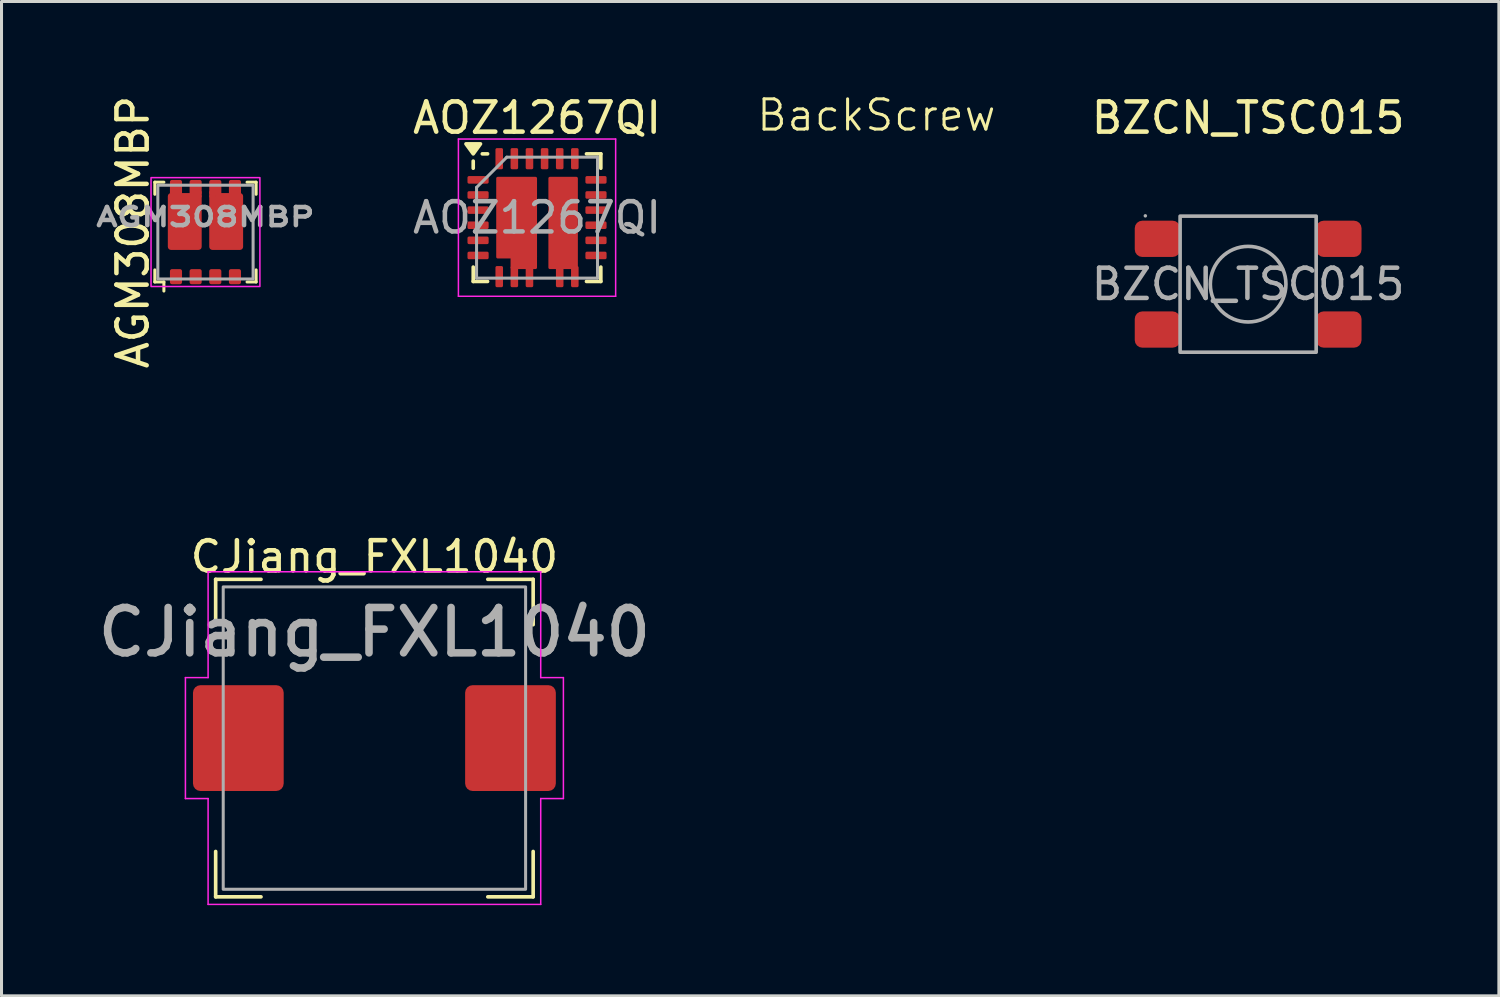
<source format=kicad_pcb>
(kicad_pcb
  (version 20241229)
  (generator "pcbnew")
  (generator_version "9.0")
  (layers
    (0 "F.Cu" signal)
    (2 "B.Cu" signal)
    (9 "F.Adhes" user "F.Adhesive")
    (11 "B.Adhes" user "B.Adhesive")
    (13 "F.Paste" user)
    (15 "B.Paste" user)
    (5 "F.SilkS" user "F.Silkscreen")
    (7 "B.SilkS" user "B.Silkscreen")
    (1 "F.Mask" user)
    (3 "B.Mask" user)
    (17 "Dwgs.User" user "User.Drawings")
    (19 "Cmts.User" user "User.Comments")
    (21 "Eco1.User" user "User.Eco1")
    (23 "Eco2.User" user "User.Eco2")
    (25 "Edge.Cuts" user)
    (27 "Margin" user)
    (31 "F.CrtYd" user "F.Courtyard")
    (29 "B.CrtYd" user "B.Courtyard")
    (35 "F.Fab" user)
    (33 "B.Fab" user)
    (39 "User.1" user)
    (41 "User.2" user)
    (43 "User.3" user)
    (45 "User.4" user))
  (footprint "BackScrew"
    (layer "F.Cu")
    (at 25.933 8.511)
    (property "Reference" "BackScrew" (at 0 -7.75 0) (unlocked yes) (layer "F.SilkS") (effects (font (size 1 1) (thickness 0.1))))
    (fp_arc (start 0 2.25) (mid -2.25 0) (end 0 -2.25) (stroke (width 1.5) (type default)) (layer "F.Mask"))
    (fp_arc (start 0 2.25) (mid -2.25 0) (end 0 -2.25) (stroke (width 1.5) (type default)) (layer "B.Mask"))
    (fp_arc (start 0 2.25) (mid -2.25 0) (end 0 -2.25) (stroke (width 1.5) (type default)) (layer "Margin")))
  (footprint "CJiang_FXL1040"
    (layer "F.Cu")
    (at 9.332 21.359)
    (property "Reference" "CJiang_FXL1040" (at 0 -6 0) (unlocked yes) (layer "F.SilkS") (effects (font (size 1 1) (thickness 0.15))))
    (attr smd)
    (fp_line (start -5.25 -5.25) (end -5.25 -3.75) (stroke (width 0.12) (type default)) (layer "F.SilkS"))
    (fp_line (start -5.25 -5.25) (end -3.75 -5.25) (stroke (width 0.12) (type default)) (layer "F.SilkS"))
    (fp_line (start -5.25 5.25) (end -5.25 3.75) (stroke (width 0.12) (type default)) (layer "F.SilkS"))
    (fp_line (start -5.25 5.25) (end -3.75 5.25) (stroke (width 0.12) (type default)) (layer "F.SilkS"))
    (fp_line (start 5.25 -5.25) (end 3.75 -5.25) (stroke (width 0.12) (type default)) (layer "F.SilkS"))
    (fp_line (start 5.25 -5.25) (end 5.25 -3.75) (stroke (width 0.12) (type default)) (layer "F.SilkS"))
    (fp_line (start 5.25 5.25) (end 3.75 5.25) (stroke (width 0.12) (type default)) (layer "F.SilkS"))
    (fp_line (start 5.25 5.25) (end 5.25 3.75) (stroke (width 0.12) (type default)) (layer "F.SilkS"))
    (fp_line (start -6.25 -2) (end -5.5 -2) (stroke (width 0.05) (type default)) (layer "F.CrtYd"))
    (fp_line (start -6.25 2) (end -6.25 -2) (stroke (width 0.05) (type default)) (layer "F.CrtYd"))
    (fp_line (start -5.5 -5.5) (end 5.5 -5.5) (stroke (width 0.05) (type default)) (layer "F.CrtYd"))
    (fp_line (start -5.5 -2) (end -5.5 -5.5) (stroke (width 0.05) (type default)) (layer "F.CrtYd"))
    (fp_line (start -5.5 2) (end -6.25 2) (stroke (width 0.05) (type default)) (layer "F.CrtYd"))
    (fp_line (start -5.5 5.5) (end -5.5 2) (stroke (width 0.05) (type default)) (layer "F.CrtYd"))
    (fp_line (start 5.5 -5.5) (end 5.5 -2) (stroke (width 0.05) (type default)) (layer "F.CrtYd"))
    (fp_line (start 5.5 -2) (end 6.25 -2) (stroke (width 0.05) (type default)) (layer "F.CrtYd"))
    (fp_line (start 5.5 2) (end 5.5 5.5) (stroke (width 0.05) (type default)) (layer "F.CrtYd"))
    (fp_line (start 5.5 5.5) (end -5.5 5.5) (stroke (width 0.05) (type default)) (layer "F.CrtYd"))
    (fp_line (start 6.25 -2) (end 6.25 2) (stroke (width 0.05) (type default)) (layer "F.CrtYd"))
    (fp_line (start 6.25 2) (end 5.5 2) (stroke (width 0.05) (type default)) (layer "F.CrtYd"))
    (fp_rect (start -5 -5) (end 5 5) (stroke (width 0.1) (type default)) (fill no) (layer "F.Fab"))
    (fp_text user "${REFERENCE}" (at 0 -3.5 0) (unlocked yes) (layer "F.Fab") (effects (font (size 1.5 1.5) (thickness 0.25) (bold yes))))
    (pad "1" smd roundrect (at -4.5 0) (size 3 3.5) (layers "F.Cu" "F.Mask" "F.Paste") (roundrect_rratio 0.083))
    (pad "2" smd roundrect (at 4.5 0) (size 3 3.5) (layers "F.Cu" "F.Mask" "F.Paste") (roundrect_rratio 0.083)))
  (footprint "AOZ1267QI"
    (layer "F.Cu")
    (at 14.71 4.148)
    (property "Reference" "AOZ1267QI" (at 0 -3.3 0) (layer "F.SilkS") (effects (font (size 1 1) (thickness 0.15))))
    (attr smd)
    (fp_line (start -2.11 -1.635) (end -2.11 -1.87) (stroke (width 0.12) (type solid)) (layer "F.SilkS"))
    (fp_line (start -2.11 2.11) (end -2.11 1.635) (stroke (width 0.12) (type solid)) (layer "F.SilkS"))
    (fp_line (start -1.635 -2.11) (end -1.81 -2.11) (stroke (width 0.12) (type solid)) (layer "F.SilkS"))
    (fp_line (start -1.635 2.11) (end -2.11 2.11) (stroke (width 0.12) (type solid)) (layer "F.SilkS"))
    (fp_line (start 1.635 -2.11) (end 2.11 -2.11) (stroke (width 0.12) (type solid)) (layer "F.SilkS"))
    (fp_line (start 1.635 2.11) (end 2.11 2.11) (stroke (width 0.12) (type solid)) (layer "F.SilkS"))
    (fp_line (start 2.11 -2.11) (end 2.11 -1.635) (stroke (width 0.12) (type solid)) (layer "F.SilkS"))
    (fp_line (start 2.11 2.11) (end 2.11 1.635) (stroke (width 0.12) (type solid)) (layer "F.SilkS"))
    (fp_poly (pts (xy -2.11 -2.11) (xy -2.35 -2.44) (xy -1.87 -2.44) (xy -2.11 -2.11)) (stroke (width 0.12) (type solid)) (fill yes) (layer "F.SilkS"))
    (fp_line (start -2.6 -2.6) (end -2.6 2.6) (stroke (width 0.05) (type solid)) (layer "F.CrtYd"))
    (fp_line (start -2.6 2.6) (end 2.6 2.6) (stroke (width 0.05) (type solid)) (layer "F.CrtYd"))
    (fp_line (start 2.6 -2.6) (end -2.6 -2.6) (stroke (width 0.05) (type solid)) (layer "F.CrtYd"))
    (fp_line (start 2.6 2.6) (end 2.6 -2.6) (stroke (width 0.05) (type solid)) (layer "F.CrtYd"))
    (fp_line (start -2 -1) (end -1 -2) (stroke (width 0.1) (type solid)) (layer "F.Fab"))
    (fp_line (start -2 2) (end -2 -1) (stroke (width 0.1) (type solid)) (layer "F.Fab"))
    (fp_line (start -1 -2) (end 2 -2) (stroke (width 0.1) (type solid)) (layer "F.Fab"))
    (fp_line (start 2 -2) (end 2 2) (stroke (width 0.1) (type solid)) (layer "F.Fab"))
    (fp_line (start 2 2) (end -2 2) (stroke (width 0.1) (type solid)) (layer "F.Fab"))
    (fp_text user "${REFERENCE}" (at 0 0 0) (layer "F.Fab") (effects (font (size 1 1) (thickness 0.15))))
    (pad "" smd roundrect (at -0.675 -0.65) (size 1 1.05) (layers "F.Paste") (roundrect_rratio 0.15))
    (pad "" smd roundrect (at -0.675 0.688) (size 1 1.125) (layers "F.Paste") (roundrect_rratio 0.15))
    (pad "" smd roundrect (at 0.863 0.138) (size 0.675 2.625) (layers "F.Paste") (roundrect_rratio 0.238))
    (pad "1" smd roundrect (at -1.95 -1.25 90) (size 0.25 0.7) (layers "F.Cu" "F.Mask" "F.Paste") (roundrect_rratio 0.2))
    (pad "2" smd roundrect (at -1.95 -0.75 90) (size 0.25 0.7) (layers "F.Cu" "F.Mask" "F.Paste") (roundrect_rratio 0.2))
    (pad "3" smd roundrect (at -1.95 -0.25 90) (size 0.25 0.7) (layers "F.Cu" "F.Mask" "F.Paste") (roundrect_rratio 0.2))
    (pad "4" smd roundrect (at -1.95 0.25 90) (size 0.25 0.7) (layers "F.Cu" "F.Mask" "F.Paste") (roundrect_rratio 0.2))
    (pad "5" smd roundrect (at -1.95 0.75 90) (size 0.25 0.7) (layers "F.Cu" "F.Mask" "F.Paste") (roundrect_rratio 0.2))
    (pad "6" smd roundrect (at -1.95 1.25 90) (size 0.25 0.7) (layers "F.Cu" "F.Mask" "F.Paste") (roundrect_rratio 0.2))
    (pad "7" smd roundrect (at -1.25 1.95) (size 0.25 0.7) (layers "F.Cu" "F.Mask" "F.Paste") (roundrect_rratio 0.2))
    (pad "8" smd roundrect (at -0.75 1.95) (size 0.25 0.7) (layers "F.Cu" "F.Mask" "F.Paste") (roundrect_rratio 0.2))
    (pad "8" smd roundrect (at -0.675 -0.000004) (size 1.35 2.7) (layers "F.Cu" "F.Mask") (roundrect_rratio 0.037))
    (pad "8" smd roundrect (at -0.438 1.463) (size 0.875 0.475) (layers "F.Cu" "F.Mask") (roundrect_rratio 0.105))
    (pad "9" smd roundrect (at -0.25 1.95) (size 0.25 0.7) (layers "F.Cu" "F.Mask" "F.Paste") (roundrect_rratio 0.2))
    (pad "10" smd roundrect (at 0.75 1.95) (size 0.25 0.7) (layers "F.Cu" "F.Mask" "F.Paste") (roundrect_rratio 0.2))
    (pad "10" smd roundrect (at 0.863 0.175) (size 0.975 3.05) (layers "F.Cu" "F.Mask") (roundrect_rratio 0.051))
    (pad "11" smd roundrect (at 1.25 1.95) (size 0.25 0.7) (layers "F.Cu" "F.Mask" "F.Paste") (roundrect_rratio 0.2))
    (pad "12" smd roundrect (at 1.95 1.25 90) (size 0.25 0.7) (layers "F.Cu" "F.Mask" "F.Paste") (roundrect_rratio 0.2))
    (pad "13" smd roundrect (at 1.95 0.75 90) (size 0.25 0.7) (layers "F.Cu" "F.Mask" "F.Paste") (roundrect_rratio 0.2))
    (pad "14" smd roundrect (at 1.95 0.25 90) (size 0.25 0.7) (layers "F.Cu" "F.Mask" "F.Paste") (roundrect_rratio 0.2))
    (pad "15" smd roundrect (at 1.95 -0.25 90) (size 0.25 0.7) (layers "F.Cu" "F.Mask" "F.Paste") (roundrect_rratio 0.2))
    (pad "16" smd roundrect (at 1.95 -0.75 90) (size 0.25 0.7) (layers "F.Cu" "F.Mask" "F.Paste") (roundrect_rratio 0.2))
    (pad "17" smd roundrect (at 1.95 -1.25 90) (size 0.25 0.7) (layers "F.Cu" "F.Mask" "F.Paste") (roundrect_rratio 0.2))
    (pad "18" smd roundrect (at 1.25 -1.95) (size 0.25 0.7) (layers "F.Cu" "F.Mask" "F.Paste") (roundrect_rratio 0.2))
    (pad "19" smd roundrect (at 0.75 -1.95) (size 0.25 0.7) (layers "F.Cu" "F.Mask" "F.Paste") (roundrect_rratio 0.2))
    (pad "20" smd roundrect (at 0.25 -1.95) (size 0.25 0.7) (layers "F.Cu" "F.Mask" "F.Paste") (roundrect_rratio 0.2))
    (pad "21" smd roundrect (at -0.25 -1.95) (size 0.25 0.7) (layers "F.Cu" "F.Mask" "F.Paste") (roundrect_rratio 0.2))
    (pad "22" smd roundrect (at -0.75 -1.95) (size 0.25 0.7) (layers "F.Cu" "F.Mask" "F.Paste") (roundrect_rratio 0.2))
    (pad "23" smd roundrect (at -1.25 -1.95) (size 0.25 0.7) (layers "F.Cu" "F.Mask" "F.Paste") (roundrect_rratio 0.2)))
  (footprint "BZCN_TSC015"
    (layer "F.Cu")
    (at 38.227 6.348)
    (property "Reference" "BZCN_TSC015" (at 0 -5.5 0) (layer "F.SilkS") (effects (font (size 1 1) (thickness 0.15))))
    (attr smd)
    (fp_rect (start -2.25 -2.25) (end 2.25 2.25) (stroke (width 0.12) (type default)) (fill no) (layer "F.Fab"))
    (fp_circle (center -3.4 -2.26) (end -3.37 -2.26) (stroke (width 0.06) (type solid)) (fill no) (layer "F.Fab"))
    (fp_circle (center 0 0) (end 1.25 0) (stroke (width 0.12) (type default)) (fill no) (layer "F.Fab"))
    (fp_text user "${REFERENCE}" (at 0 0 0) (layer "F.Fab") (effects (font (size 1 1) (thickness 0.15))))
    (pad "1" smd roundrect (at -3 -1.5) (size 1.5 1.2) (layers "F.Cu" "F.Mask" "F.Paste") (roundrect_rratio 0.208))
    (pad "1" smd roundrect (at 3 -1.5) (size 1.5 1.2) (layers "F.Cu" "F.Mask" "F.Paste") (roundrect_rratio 0.208))
    (pad "2" smd roundrect (at -3 1.5) (size 1.5 1.2) (layers "F.Cu" "F.Mask" "F.Paste") (roundrect_rratio 0.208))
    (pad "2" smd roundrect (at 3 1.5) (size 1.5 1.2) (layers "F.Cu" "F.Mask" "F.Paste") (roundrect_rratio 0.208)))
  (footprint "AGM308MBP"
    (layer "F.Cu")
    (at 3.745 4.625)
    (property "Reference" "AGM308MBP" (at -2.4 0 90) (unlocked yes) (layer "F.SilkS") (effects (font (size 1 1) (thickness 0.15))))
    (attr smd)
    (fp_line (start -1.675 -1.65) (end -1.675 -1.25) (stroke (width 0.1) (type default)) (layer "F.SilkS"))
    (fp_line (start -1.675 1.65) (end -1.675 1.25) (stroke (width 0.1) (type default)) (layer "F.SilkS"))
    (fp_line (start -1.375 -1.65) (end -1.675 -1.65) (stroke (width 0.1) (type default)) (layer "F.SilkS"))
    (fp_line (start -1.375 1.65) (end -1.675 1.65) (stroke (width 0.1) (type default)) (layer "F.SilkS"))
    (fp_line (start -1.375 1.65) (end -1.375 1.95) (stroke (width 0.1) (type default)) (layer "F.SilkS"))
    (fp_line (start 1.375 -1.65) (end 1.675 -1.65) (stroke (width 0.1) (type default)) (layer "F.SilkS"))
    (fp_line (start 1.375 1.65) (end 1.675 1.65) (stroke (width 0.1) (type default)) (layer "F.SilkS"))
    (fp_line (start 1.675 -1.65) (end 1.675 -1.25) (stroke (width 0.1) (type default)) (layer "F.SilkS"))
    (fp_line (start 1.675 1.65) (end 1.675 1.25) (stroke (width 0.1) (type default)) (layer "F.SilkS"))
    (fp_rect (start -1.8 -1.8) (end 1.8 1.8) (stroke (width 0.05) (type default)) (fill no) (layer "F.CrtYd"))
    (fp_rect (start -1.575 -1.55) (end 1.575 1.55) (stroke (width 0.1) (type default)) (fill no) (layer "F.Fab"))
    (fp_text user "${REFERENCE}" (at 0 -0.5 0) (unlocked yes) (layer "F.Fab") (effects (font (size 0.6 0.8) (thickness 0.15))))
    (pad "1" smd roundrect (at -0.975 1.475) (size 0.4 0.5) (layers "F.Cu" "F.Mask" "F.Paste") (roundrect_rratio 0.167))
    (pad "2" smd roundrect (at -0.325 1.475) (size 0.4 0.5) (layers "F.Cu" "F.Mask" "F.Paste") (roundrect_rratio 0.167))
    (pad "3" smd roundrect (at 0.325 1.475) (size 0.4 0.5) (layers "F.Cu" "F.Mask" "F.Paste") (roundrect_rratio 0.167))
    (pad "4" smd roundrect (at 0.975 1.475) (size 0.4 0.5) (layers "F.Cu" "F.Mask" "F.Paste") (roundrect_rratio 0.167))
    (pad "5" smd roundrect (at 0.685 -0.35) (size 1.12 1.88) (layers "F.Cu" "F.Mask" "F.Paste") (roundrect_rratio 0.093))
    (pad "5" smd roundrect (at 0.975 -1.475) (size 0.4 0.5) (layers "F.Cu" "F.Mask" "F.Paste") (roundrect_rratio 0.167))
    (pad "6" smd rect (at 0.225 -1.25) (size 0.2 0.2) (layers "F.Cu" "F.Mask"))
    (pad "6" smd roundrect (at 0.325 -1.475) (size 0.4 0.5) (layers "F.Cu" "F.Mask" "F.Paste") (roundrect_rratio 0.167))
    (pad "7" smd roundrect (at -0.325 -1.475) (size 0.4 0.5) (layers "F.Cu" "F.Mask" "F.Paste") (roundrect_rratio 0.167))
    (pad "7" smd rect (at -0.225 -1.25) (size 0.2 0.2) (layers "F.Cu" "F.Mask"))
    (pad "8" smd roundrect (at -0.975 -1.475) (size 0.4 0.5) (layers "F.Cu" "F.Mask" "F.Paste") (roundrect_rratio 0.167))
    (pad "8" smd roundrect (at -0.685 -0.35) (size 1.12 1.88) (layers "F.Cu" "F.Mask" "F.Paste") (roundrect_rratio 0.093)))
  (gr_rect
    (start -3 -3)
    (end 46.519 29.884)
    (stroke (width 0.1) (type default))
    (fill no)
    (layer "Edge.Cuts")))
</source>
